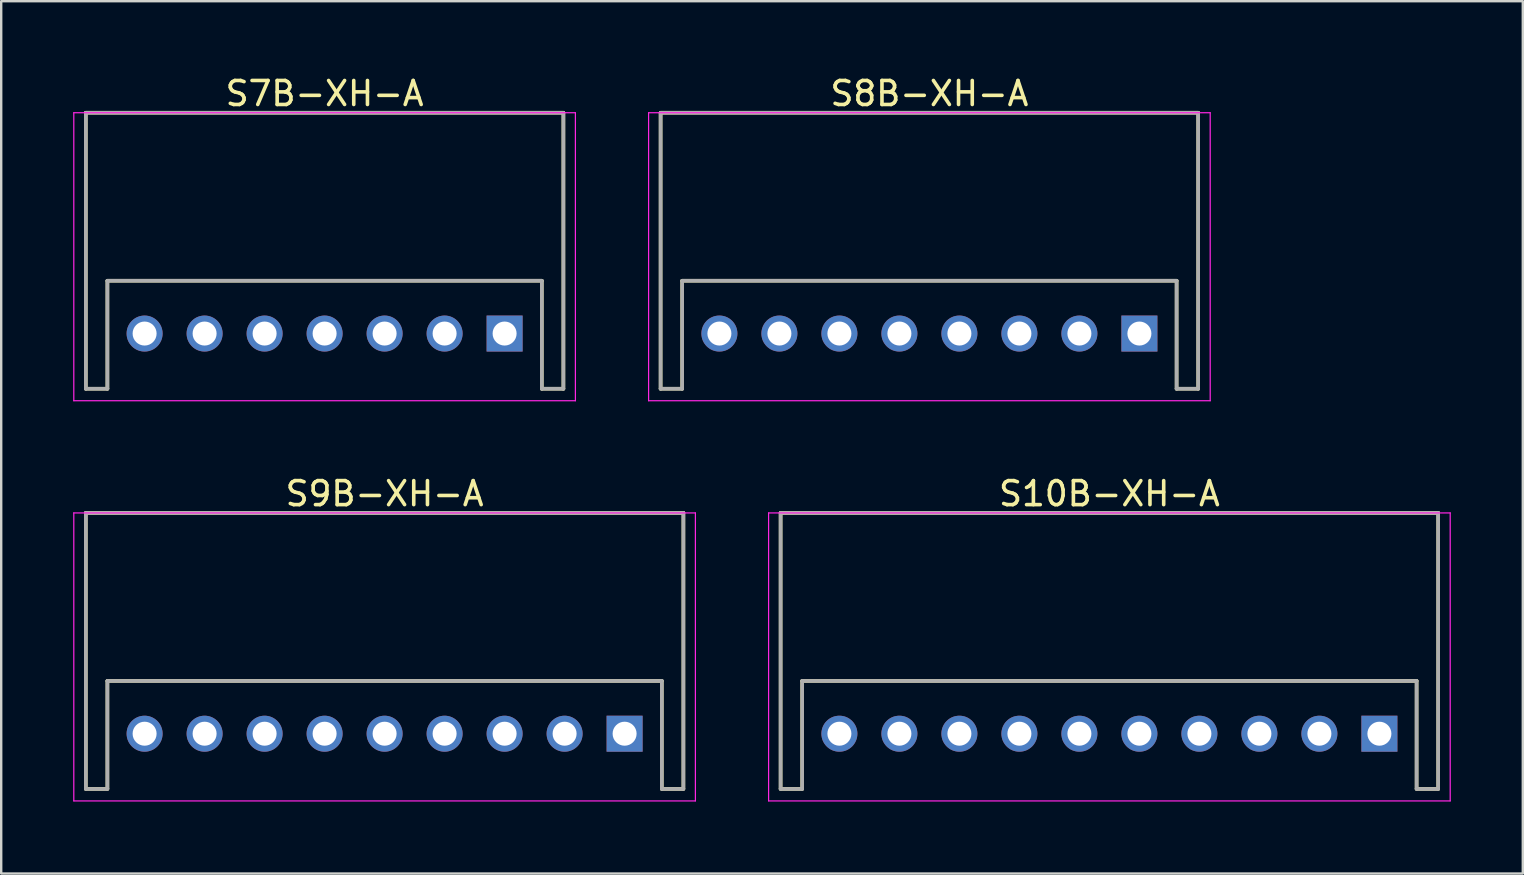
<source format=kicad_pcb>
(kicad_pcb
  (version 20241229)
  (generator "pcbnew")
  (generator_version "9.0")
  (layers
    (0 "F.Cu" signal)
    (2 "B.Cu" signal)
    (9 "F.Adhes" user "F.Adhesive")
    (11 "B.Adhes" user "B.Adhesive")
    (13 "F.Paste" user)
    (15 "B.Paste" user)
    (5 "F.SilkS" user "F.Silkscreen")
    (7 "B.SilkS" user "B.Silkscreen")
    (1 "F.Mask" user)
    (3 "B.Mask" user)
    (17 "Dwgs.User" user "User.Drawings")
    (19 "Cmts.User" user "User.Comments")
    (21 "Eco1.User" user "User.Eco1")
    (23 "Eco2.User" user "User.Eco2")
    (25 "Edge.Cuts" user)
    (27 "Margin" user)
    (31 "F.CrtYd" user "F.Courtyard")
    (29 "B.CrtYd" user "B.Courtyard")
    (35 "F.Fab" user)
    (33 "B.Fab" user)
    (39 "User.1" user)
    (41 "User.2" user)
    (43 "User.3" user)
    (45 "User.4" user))
  (footprint "S7B-XH-A"
    (layer "F.Cu")
    (at 10.475 10.848)
    (property "Reference" "S7B-XH-A" (at 0 -10 0) (layer "F.SilkS") (effects (font (size 1 1) (thickness 0.15))))
    (attr smd)
    (fp_line (start -9.95 -9.2) (end -9.95 2.3) (stroke (width 0.15) (type solid)) (layer "F.SilkS"))
    (fp_line (start -9.95 -9.2) (end 9.95 -9.2) (stroke (width 0.15) (type solid)) (layer "F.SilkS"))
    (fp_line (start -9.95 2.3) (end -9.05 2.3) (stroke (width 0.15) (type solid)) (layer "F.SilkS"))
    (fp_line (start -9.05 -2.2) (end -9.05 2.3) (stroke (width 0.15) (type solid)) (layer "F.SilkS"))
    (fp_line (start -9.05 -2.2) (end 9.05 -2.2) (stroke (width 0.15) (type solid)) (layer "F.SilkS"))
    (fp_line (start 9.05 -2.2) (end 9.05 2.3) (stroke (width 0.15) (type solid)) (layer "F.SilkS"))
    (fp_line (start 9.05 2.3) (end 9.95 2.3) (stroke (width 0.15) (type solid)) (layer "F.SilkS"))
    (fp_line (start 9.95 -9.2) (end 9.95 2.3) (stroke (width 0.15) (type solid)) (layer "F.SilkS"))
    (fp_line (start -10.45 -9.2) (end -10.45 2.8) (stroke (width 0.05) (type solid)) (layer "F.CrtYd"))
    (fp_line (start -10.45 -9.2) (end 10.45 -9.2) (stroke (width 0.05) (type solid)) (layer "F.CrtYd"))
    (fp_line (start -10.45 2.8) (end 10.45 2.8) (stroke (width 0.05) (type solid)) (layer "F.CrtYd"))
    (fp_line (start 10.45 -9.2) (end 10.45 2.8) (stroke (width 0.05) (type solid)) (layer "F.CrtYd"))
    (fp_line (start -9.95 -9.2) (end -9.95 2.3) (stroke (width 0.15) (type solid)) (layer "F.Fab"))
    (fp_line (start -9.95 -9.2) (end 9.95 -9.2) (stroke (width 0.15) (type solid)) (layer "F.Fab"))
    (fp_line (start -9.95 2.3) (end -9.05 2.3) (stroke (width 0.15) (type solid)) (layer "F.Fab"))
    (fp_line (start -9.05 -2.2) (end -9.05 2.3) (stroke (width 0.15) (type solid)) (layer "F.Fab"))
    (fp_line (start -9.05 -2.2) (end 9.05 -2.2) (stroke (width 0.15) (type solid)) (layer "F.Fab"))
    (fp_line (start 9.05 -2.2) (end 9.05 2.3) (stroke (width 0.15) (type solid)) (layer "F.Fab"))
    (fp_line (start 9.05 2.3) (end 9.95 2.3) (stroke (width 0.15) (type solid)) (layer "F.Fab"))
    (fp_line (start 9.95 -9.2) (end 9.95 2.3) (stroke (width 0.15) (type solid)) (layer "F.Fab"))
    (pad "1" thru_hole rect (at 7.5 0 180) (size 1.5 1.5) (drill 1) (layers "*.Cu" "*.Mask"))
    (pad "2" thru_hole circle (at 5 0 180) (size 1.5 1.5) (drill 1) (layers "*.Cu" "*.Mask"))
    (pad "3" thru_hole circle (at 2.5 0 180) (size 1.5 1.5) (drill 1) (layers "*.Cu" "*.Mask"))
    (pad "4" thru_hole circle (at 0 0 180) (size 1.5 1.5) (drill 1) (layers "*.Cu" "*.Mask"))
    (pad "5" thru_hole circle (at -2.5 0 180) (size 1.5 1.5) (drill 1) (layers "*.Cu" "*.Mask"))
    (pad "6" thru_hole circle (at -5 0 180) (size 1.5 1.5) (drill 1) (layers "*.Cu" "*.Mask"))
    (pad "7" thru_hole circle (at -7.5 0 180) (size 1.5 1.5) (drill 1) (layers "*.Cu" "*.Mask")))
  (footprint "S8B-XH-A"
    (layer "F.Cu")
    (at 35.675 10.848)
    (property "Reference" "S8B-XH-A" (at 0 -10 0) (layer "F.SilkS") (effects (font (size 1 1) (thickness 0.15))))
    (attr smd)
    (fp_line (start -11.2 -9.2) (end -11.2 2.3) (stroke (width 0.15) (type solid)) (layer "F.SilkS"))
    (fp_line (start -11.2 -9.2) (end 11.2 -9.2) (stroke (width 0.15) (type solid)) (layer "F.SilkS"))
    (fp_line (start -11.2 2.3) (end -10.3 2.3) (stroke (width 0.15) (type solid)) (layer "F.SilkS"))
    (fp_line (start -10.3 -2.2) (end -10.3 2.3) (stroke (width 0.15) (type solid)) (layer "F.SilkS"))
    (fp_line (start -10.3 -2.2) (end 10.3 -2.2) (stroke (width 0.15) (type solid)) (layer "F.SilkS"))
    (fp_line (start 10.3 -2.2) (end 10.3 2.3) (stroke (width 0.15) (type solid)) (layer "F.SilkS"))
    (fp_line (start 10.3 2.3) (end 11.2 2.3) (stroke (width 0.15) (type solid)) (layer "F.SilkS"))
    (fp_line (start 11.2 -9.2) (end 11.2 2.3) (stroke (width 0.15) (type solid)) (layer "F.SilkS"))
    (fp_line (start -11.7 -9.2) (end -11.7 2.8) (stroke (width 0.05) (type solid)) (layer "F.CrtYd"))
    (fp_line (start -11.7 -9.2) (end 11.7 -9.2) (stroke (width 0.05) (type solid)) (layer "F.CrtYd"))
    (fp_line (start -11.7 2.8) (end 11.7 2.8) (stroke (width 0.05) (type solid)) (layer "F.CrtYd"))
    (fp_line (start 11.7 -9.2) (end 11.7 2.8) (stroke (width 0.05) (type solid)) (layer "F.CrtYd"))
    (fp_line (start -11.2 -9.2) (end -11.2 2.3) (stroke (width 0.15) (type solid)) (layer "F.Fab"))
    (fp_line (start -11.2 -9.2) (end 11.2 -9.2) (stroke (width 0.15) (type solid)) (layer "F.Fab"))
    (fp_line (start -11.2 2.3) (end -10.3 2.3) (stroke (width 0.15) (type solid)) (layer "F.Fab"))
    (fp_line (start -10.3 -2.2) (end -10.3 2.3) (stroke (width 0.15) (type solid)) (layer "F.Fab"))
    (fp_line (start -10.3 -2.2) (end 10.3 -2.2) (stroke (width 0.15) (type solid)) (layer "F.Fab"))
    (fp_line (start 10.3 -2.2) (end 10.3 2.3) (stroke (width 0.15) (type solid)) (layer "F.Fab"))
    (fp_line (start 10.3 2.3) (end 11.2 2.3) (stroke (width 0.15) (type solid)) (layer "F.Fab"))
    (fp_line (start 11.2 -9.2) (end 11.2 2.3) (stroke (width 0.15) (type solid)) (layer "F.Fab"))
    (pad "1" thru_hole rect (at 8.75 0 180) (size 1.5 1.5) (drill 1) (layers "*.Cu" "*.Mask"))
    (pad "2" thru_hole circle (at 6.25 0 180) (size 1.5 1.5) (drill 1) (layers "*.Cu" "*.Mask"))
    (pad "3" thru_hole circle (at 3.75 0 180) (size 1.5 1.5) (drill 1) (layers "*.Cu" "*.Mask"))
    (pad "4" thru_hole circle (at 1.25 0 180) (size 1.5 1.5) (drill 1) (layers "*.Cu" "*.Mask"))
    (pad "5" thru_hole circle (at -1.25 0 180) (size 1.5 1.5) (drill 1) (layers "*.Cu" "*.Mask"))
    (pad "6" thru_hole circle (at -3.75 0 180) (size 1.5 1.5) (drill 1) (layers "*.Cu" "*.Mask"))
    (pad "7" thru_hole circle (at -6.25 0 180) (size 1.5 1.5) (drill 1) (layers "*.Cu" "*.Mask"))
    (pad "8" thru_hole circle (at -8.75 0 180) (size 1.5 1.5) (drill 1) (layers "*.Cu" "*.Mask")))
  (footprint "S9B-XH-A"
    (layer "F.Cu")
    (at 12.975 27.521)
    (property "Reference" "S9B-XH-A" (at 0 -10 0) (layer "F.SilkS") (effects (font (size 1 1) (thickness 0.15))))
    (attr smd)
    (fp_line (start -12.45 -9.2) (end -12.45 2.3) (stroke (width 0.15) (type solid)) (layer "F.SilkS"))
    (fp_line (start -12.45 -9.2) (end 12.45 -9.2) (stroke (width 0.15) (type solid)) (layer "F.SilkS"))
    (fp_line (start -12.45 2.3) (end -11.55 2.3) (stroke (width 0.15) (type solid)) (layer "F.SilkS"))
    (fp_line (start -11.55 -2.2) (end -11.55 2.3) (stroke (width 0.15) (type solid)) (layer "F.SilkS"))
    (fp_line (start -11.55 -2.2) (end 11.55 -2.2) (stroke (width 0.15) (type solid)) (layer "F.SilkS"))
    (fp_line (start 11.55 -2.2) (end 11.55 2.3) (stroke (width 0.15) (type solid)) (layer "F.SilkS"))
    (fp_line (start 11.55 2.3) (end 12.45 2.3) (stroke (width 0.15) (type solid)) (layer "F.SilkS"))
    (fp_line (start 12.45 -9.2) (end 12.45 2.3) (stroke (width 0.15) (type solid)) (layer "F.SilkS"))
    (fp_line (start -12.95 -9.2) (end -12.95 2.8) (stroke (width 0.05) (type solid)) (layer "F.CrtYd"))
    (fp_line (start -12.95 -9.2) (end 12.95 -9.2) (stroke (width 0.05) (type solid)) (layer "F.CrtYd"))
    (fp_line (start -12.95 2.8) (end 12.95 2.8) (stroke (width 0.05) (type solid)) (layer "F.CrtYd"))
    (fp_line (start 12.95 -9.2) (end 12.95 2.8) (stroke (width 0.05) (type solid)) (layer "F.CrtYd"))
    (fp_line (start -12.45 -9.2) (end -12.45 2.3) (stroke (width 0.15) (type solid)) (layer "F.Fab"))
    (fp_line (start -12.45 -9.2) (end 12.45 -9.2) (stroke (width 0.15) (type solid)) (layer "F.Fab"))
    (fp_line (start -12.45 2.3) (end -11.55 2.3) (stroke (width 0.15) (type solid)) (layer "F.Fab"))
    (fp_line (start -11.55 -2.2) (end -11.55 2.3) (stroke (width 0.15) (type solid)) (layer "F.Fab"))
    (fp_line (start -11.55 -2.2) (end 11.55 -2.2) (stroke (width 0.15) (type solid)) (layer "F.Fab"))
    (fp_line (start 11.55 -2.2) (end 11.55 2.3) (stroke (width 0.15) (type solid)) (layer "F.Fab"))
    (fp_line (start 11.55 2.3) (end 12.45 2.3) (stroke (width 0.15) (type solid)) (layer "F.Fab"))
    (fp_line (start 12.45 -9.2) (end 12.45 2.3) (stroke (width 0.15) (type solid)) (layer "F.Fab"))
    (pad "1" thru_hole rect (at 10 0 180) (size 1.5 1.5) (drill 1) (layers "*.Cu" "*.Mask"))
    (pad "2" thru_hole circle (at 7.5 0 180) (size 1.5 1.5) (drill 1) (layers "*.Cu" "*.Mask"))
    (pad "3" thru_hole circle (at 5 0 180) (size 1.5 1.5) (drill 1) (layers "*.Cu" "*.Mask"))
    (pad "4" thru_hole circle (at 2.5 0 180) (size 1.5 1.5) (drill 1) (layers "*.Cu" "*.Mask"))
    (pad "5" thru_hole circle (at 0 0 180) (size 1.5 1.5) (drill 1) (layers "*.Cu" "*.Mask"))
    (pad "6" thru_hole circle (at -2.5 0 180) (size 1.5 1.5) (drill 1) (layers "*.Cu" "*.Mask"))
    (pad "7" thru_hole circle (at -5 0 180) (size 1.5 1.5) (drill 1) (layers "*.Cu" "*.Mask"))
    (pad "8" thru_hole circle (at -7.5 0 180) (size 1.5 1.5) (drill 1) (layers "*.Cu" "*.Mask"))
    (pad "9" thru_hole circle (at -10 0 180) (size 1.5 1.5) (drill 1) (layers "*.Cu" "*.Mask")))
  (footprint "S10B-XH-A"
    (layer "F.Cu")
    (at 43.175 27.521)
    (property "Reference" "S10B-XH-A" (at 0 -10 0) (layer "F.SilkS") (effects (font (size 1 1) (thickness 0.15))))
    (attr smd)
    (fp_line (start -13.7 -9.2) (end -13.7 2.3) (stroke (width 0.15) (type solid)) (layer "F.SilkS"))
    (fp_line (start -13.7 -9.2) (end 13.7 -9.2) (stroke (width 0.15) (type solid)) (layer "F.SilkS"))
    (fp_line (start -13.7 2.3) (end -12.8 2.3) (stroke (width 0.15) (type solid)) (layer "F.SilkS"))
    (fp_line (start -12.8 -2.2) (end -12.8 2.3) (stroke (width 0.15) (type solid)) (layer "F.SilkS"))
    (fp_line (start -12.8 -2.2) (end 12.8 -2.2) (stroke (width 0.15) (type solid)) (layer "F.SilkS"))
    (fp_line (start 12.8 -2.2) (end 12.8 2.3) (stroke (width 0.15) (type solid)) (layer "F.SilkS"))
    (fp_line (start 12.8 2.3) (end 13.7 2.3) (stroke (width 0.15) (type solid)) (layer "F.SilkS"))
    (fp_line (start 13.7 -9.2) (end 13.7 2.3) (stroke (width 0.15) (type solid)) (layer "F.SilkS"))
    (fp_line (start -14.2 -9.2) (end -14.2 2.8) (stroke (width 0.05) (type solid)) (layer "F.CrtYd"))
    (fp_line (start -14.2 -9.2) (end 14.2 -9.2) (stroke (width 0.05) (type solid)) (layer "F.CrtYd"))
    (fp_line (start -14.2 2.8) (end 14.2 2.8) (stroke (width 0.05) (type solid)) (layer "F.CrtYd"))
    (fp_line (start 14.2 -9.2) (end 14.2 2.8) (stroke (width 0.05) (type solid)) (layer "F.CrtYd"))
    (fp_line (start -13.7 -9.2) (end -13.7 2.3) (stroke (width 0.15) (type solid)) (layer "F.Fab"))
    (fp_line (start -13.7 -9.2) (end 13.7 -9.2) (stroke (width 0.15) (type solid)) (layer "F.Fab"))
    (fp_line (start -13.7 2.3) (end -12.8 2.3) (stroke (width 0.15) (type solid)) (layer "F.Fab"))
    (fp_line (start -12.8 -2.2) (end -12.8 2.3) (stroke (width 0.15) (type solid)) (layer "F.Fab"))
    (fp_line (start -12.8 -2.2) (end 12.8 -2.2) (stroke (width 0.15) (type solid)) (layer "F.Fab"))
    (fp_line (start 12.8 -2.2) (end 12.8 2.3) (stroke (width 0.15) (type solid)) (layer "F.Fab"))
    (fp_line (start 12.8 2.3) (end 13.7 2.3) (stroke (width 0.15) (type solid)) (layer "F.Fab"))
    (fp_line (start 13.7 -9.2) (end 13.7 2.3) (stroke (width 0.15) (type solid)) (layer "F.Fab"))
    (pad "1" thru_hole rect (at 11.25 0 180) (size 1.5 1.5) (drill 1) (layers "*.Cu" "*.Mask"))
    (pad "2" thru_hole circle (at 8.75 0 180) (size 1.5 1.5) (drill 1) (layers "*.Cu" "*.Mask"))
    (pad "3" thru_hole circle (at 6.25 0 180) (size 1.5 1.5) (drill 1) (layers "*.Cu" "*.Mask"))
    (pad "4" thru_hole circle (at 3.75 0 180) (size 1.5 1.5) (drill 1) (layers "*.Cu" "*.Mask"))
    (pad "5" thru_hole circle (at 1.25 0 180) (size 1.5 1.5) (drill 1) (layers "*.Cu" "*.Mask"))
    (pad "6" thru_hole circle (at -1.25 0 180) (size 1.5 1.5) (drill 1) (layers "*.Cu" "*.Mask"))
    (pad "7" thru_hole circle (at -3.75 0 180) (size 1.5 1.5) (drill 1) (layers "*.Cu" "*.Mask"))
    (pad "8" thru_hole circle (at -6.25 0 180) (size 1.5 1.5) (drill 1) (layers "*.Cu" "*.Mask"))
    (pad "9" thru_hole circle (at -8.75 0 180) (size 1.5 1.5) (drill 1) (layers "*.Cu" "*.Mask"))
    (pad "10" thru_hole circle (at -11.25 0 180) (size 1.5 1.5) (drill 1) (layers "*.Cu" "*.Mask")))
  (gr_rect
    (start -3 -3)
    (end 60.4 33.346)
    (stroke (width 0.1) (type default))
    (fill no)
    (layer "Edge.Cuts")))
</source>
